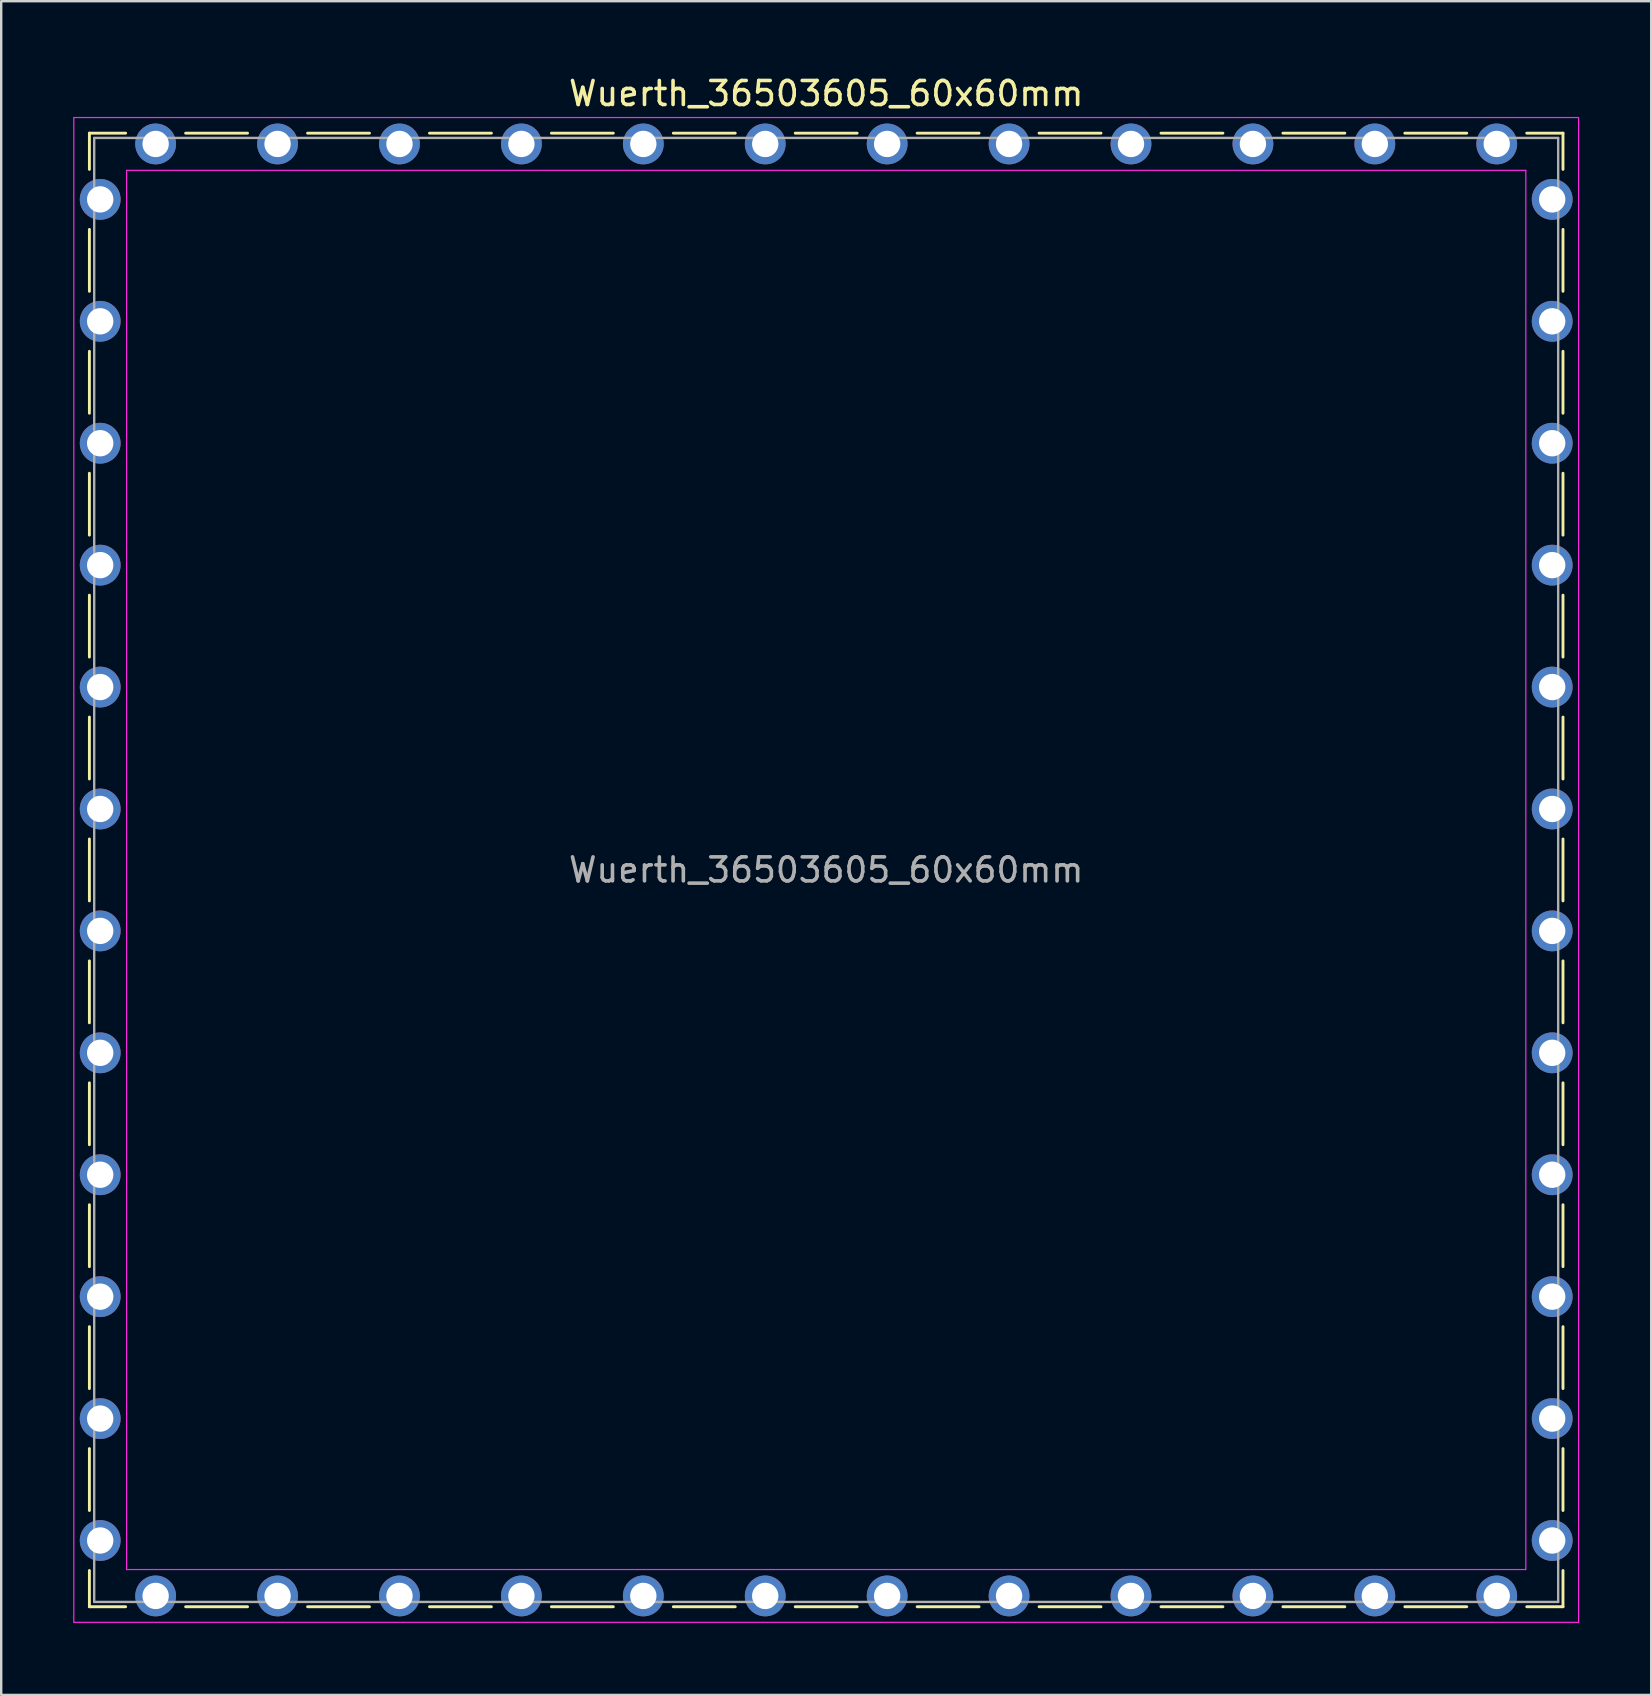
<source format=kicad_pcb>
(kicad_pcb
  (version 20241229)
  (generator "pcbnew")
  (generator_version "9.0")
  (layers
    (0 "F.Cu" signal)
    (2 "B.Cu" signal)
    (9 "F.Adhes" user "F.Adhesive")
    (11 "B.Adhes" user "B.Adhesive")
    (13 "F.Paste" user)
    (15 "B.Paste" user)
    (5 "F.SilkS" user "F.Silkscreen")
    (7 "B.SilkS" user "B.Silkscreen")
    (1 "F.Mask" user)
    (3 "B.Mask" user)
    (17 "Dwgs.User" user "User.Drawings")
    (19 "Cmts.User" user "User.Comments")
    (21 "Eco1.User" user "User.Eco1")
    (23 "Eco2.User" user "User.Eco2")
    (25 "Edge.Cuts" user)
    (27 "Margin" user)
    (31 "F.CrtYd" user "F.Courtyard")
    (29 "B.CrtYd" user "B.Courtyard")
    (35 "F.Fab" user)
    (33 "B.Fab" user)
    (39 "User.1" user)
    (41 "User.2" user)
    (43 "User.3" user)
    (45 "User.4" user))
  (footprint "Wuerth_36503605_60x60mm"
    (layer "F.Cu")
    (at 31.375 33.198)
    (property "Reference" "Wuerth_36503605_60x60mm" (at 0 -32.35 0) (layer "F.SilkS") (effects (font (size 1 1) (thickness 0.15))))
    (attr through_hole)
    (fp_line (start -30.7 -30.7) (end -29.19 -30.7) (stroke (width 0.12) (type solid)) (layer "F.SilkS"))
    (fp_line (start -30.7 -29.19) (end -30.7 -30.7) (stroke (width 0.12) (type solid)) (layer "F.SilkS"))
    (fp_line (start -30.7 -24.11) (end -30.7 -26.69) (stroke (width 0.12) (type solid)) (layer "F.SilkS"))
    (fp_line (start -30.7 -19.03) (end -30.7 -21.61) (stroke (width 0.12) (type solid)) (layer "F.SilkS"))
    (fp_line (start -30.7 -13.95) (end -30.7 -16.53) (stroke (width 0.12) (type solid)) (layer "F.SilkS"))
    (fp_line (start -30.7 -8.87) (end -30.7 -11.45) (stroke (width 0.12) (type solid)) (layer "F.SilkS"))
    (fp_line (start -30.7 -3.79) (end -30.7 -6.37) (stroke (width 0.12) (type solid)) (layer "F.SilkS"))
    (fp_line (start -30.7 -1.29) (end -30.7 1.29) (stroke (width 0.12) (type solid)) (layer "F.SilkS"))
    (fp_line (start -30.7 3.79) (end -30.7 6.37) (stroke (width 0.12) (type solid)) (layer "F.SilkS"))
    (fp_line (start -30.7 8.87) (end -30.7 11.45) (stroke (width 0.12) (type solid)) (layer "F.SilkS"))
    (fp_line (start -30.7 13.95) (end -30.7 16.53) (stroke (width 0.12) (type solid)) (layer "F.SilkS"))
    (fp_line (start -30.7 19.03) (end -30.7 21.61) (stroke (width 0.12) (type solid)) (layer "F.SilkS"))
    (fp_line (start -30.7 24.11) (end -30.7 26.69) (stroke (width 0.12) (type solid)) (layer "F.SilkS"))
    (fp_line (start -30.7 29.19) (end -30.7 30.7) (stroke (width 0.12) (type solid)) (layer "F.SilkS"))
    (fp_line (start -30.7 30.7) (end -29.19 30.7) (stroke (width 0.12) (type solid)) (layer "F.SilkS"))
    (fp_line (start -24.11 -30.7) (end -26.69 -30.7) (stroke (width 0.12) (type solid)) (layer "F.SilkS"))
    (fp_line (start -24.11 30.7) (end -26.69 30.7) (stroke (width 0.12) (type solid)) (layer "F.SilkS"))
    (fp_line (start -19.03 -30.7) (end -21.61 -30.7) (stroke (width 0.12) (type solid)) (layer "F.SilkS"))
    (fp_line (start -19.03 30.7) (end -21.61 30.7) (stroke (width 0.12) (type solid)) (layer "F.SilkS"))
    (fp_line (start -13.95 -30.7) (end -16.53 -30.7) (stroke (width 0.12) (type solid)) (layer "F.SilkS"))
    (fp_line (start -13.95 30.7) (end -16.53 30.7) (stroke (width 0.12) (type solid)) (layer "F.SilkS"))
    (fp_line (start -8.87 -30.7) (end -11.45 -30.7) (stroke (width 0.12) (type solid)) (layer "F.SilkS"))
    (fp_line (start -8.87 30.7) (end -11.45 30.7) (stroke (width 0.12) (type solid)) (layer "F.SilkS"))
    (fp_line (start -3.79 -30.7) (end -6.37 -30.7) (stroke (width 0.12) (type solid)) (layer "F.SilkS"))
    (fp_line (start -3.79 30.7) (end -6.37 30.7) (stroke (width 0.12) (type solid)) (layer "F.SilkS"))
    (fp_line (start 1.29 -30.7) (end -1.29 -30.7) (stroke (width 0.12) (type solid)) (layer "F.SilkS"))
    (fp_line (start 1.29 30.7) (end -1.29 30.7) (stroke (width 0.12) (type solid)) (layer "F.SilkS"))
    (fp_line (start 3.79 -30.7) (end 6.37 -30.7) (stroke (width 0.12) (type solid)) (layer "F.SilkS"))
    (fp_line (start 3.79 30.7) (end 6.37 30.7) (stroke (width 0.12) (type solid)) (layer "F.SilkS"))
    (fp_line (start 8.87 -30.7) (end 11.45 -30.7) (stroke (width 0.12) (type solid)) (layer "F.SilkS"))
    (fp_line (start 8.87 30.7) (end 11.45 30.7) (stroke (width 0.12) (type solid)) (layer "F.SilkS"))
    (fp_line (start 13.95 -30.7) (end 16.53 -30.7) (stroke (width 0.12) (type solid)) (layer "F.SilkS"))
    (fp_line (start 13.95 30.7) (end 16.53 30.7) (stroke (width 0.12) (type solid)) (layer "F.SilkS"))
    (fp_line (start 19.03 -30.7) (end 21.61 -30.7) (stroke (width 0.12) (type solid)) (layer "F.SilkS"))
    (fp_line (start 19.03 30.7) (end 21.61 30.7) (stroke (width 0.12) (type solid)) (layer "F.SilkS"))
    (fp_line (start 24.11 -30.7) (end 26.69 -30.7) (stroke (width 0.12) (type solid)) (layer "F.SilkS"))
    (fp_line (start 24.11 30.7) (end 26.69 30.7) (stroke (width 0.12) (type solid)) (layer "F.SilkS"))
    (fp_line (start 30.7 -30.7) (end 29.19 -30.7) (stroke (width 0.12) (type solid)) (layer "F.SilkS"))
    (fp_line (start 30.7 -29.19) (end 30.7 -30.7) (stroke (width 0.12) (type solid)) (layer "F.SilkS"))
    (fp_line (start 30.7 -24.11) (end 30.7 -26.69) (stroke (width 0.12) (type solid)) (layer "F.SilkS"))
    (fp_line (start 30.7 -19.03) (end 30.7 -21.61) (stroke (width 0.12) (type solid)) (layer "F.SilkS"))
    (fp_line (start 30.7 -13.95) (end 30.7 -16.53) (stroke (width 0.12) (type solid)) (layer "F.SilkS"))
    (fp_line (start 30.7 -8.87) (end 30.7 -11.45) (stroke (width 0.12) (type solid)) (layer "F.SilkS"))
    (fp_line (start 30.7 -3.79) (end 30.7 -6.37) (stroke (width 0.12) (type solid)) (layer "F.SilkS"))
    (fp_line (start 30.7 1.29) (end 30.7 -1.29) (stroke (width 0.12) (type solid)) (layer "F.SilkS"))
    (fp_line (start 30.7 3.79) (end 30.7 6.37) (stroke (width 0.12) (type solid)) (layer "F.SilkS"))
    (fp_line (start 30.7 8.87) (end 30.7 11.45) (stroke (width 0.12) (type solid)) (layer "F.SilkS"))
    (fp_line (start 30.7 13.95) (end 30.7 16.53) (stroke (width 0.12) (type solid)) (layer "F.SilkS"))
    (fp_line (start 30.7 19.03) (end 30.7 21.61) (stroke (width 0.12) (type solid)) (layer "F.SilkS"))
    (fp_line (start 30.7 24.11) (end 30.7 26.69) (stroke (width 0.12) (type solid)) (layer "F.SilkS"))
    (fp_line (start 30.7 29.19) (end 30.7 30.7) (stroke (width 0.12) (type solid)) (layer "F.SilkS"))
    (fp_line (start 30.7 30.7) (end 29.19 30.7) (stroke (width 0.12) (type solid)) (layer "F.SilkS"))
    (fp_line (start -31.35 -31.35) (end -31.35 31.35) (stroke (width 0.05) (type solid)) (layer "F.CrtYd"))
    (fp_line (start -31.35 31.35) (end 31.35 31.35) (stroke (width 0.05) (type solid)) (layer "F.CrtYd"))
    (fp_line (start -29.15 -29.15) (end -29.15 29.15) (stroke (width 0.05) (type solid)) (layer "F.CrtYd"))
    (fp_line (start -29.15 29.15) (end 29.15 29.15) (stroke (width 0.05) (type solid)) (layer "F.CrtYd"))
    (fp_line (start 29.15 -29.15) (end -29.15 -29.15) (stroke (width 0.05) (type solid)) (layer "F.CrtYd"))
    (fp_line (start 29.15 29.15) (end 29.15 -29.15) (stroke (width 0.05) (type solid)) (layer "F.CrtYd"))
    (fp_line (start 31.35 -31.35) (end -31.35 -31.35) (stroke (width 0.05) (type solid)) (layer "F.CrtYd"))
    (fp_line (start 31.35 31.35) (end 31.35 -31.35) (stroke (width 0.05) (type solid)) (layer "F.CrtYd"))
    (fp_line (start -30.5 -30.5) (end -30.5 30.5) (stroke (width 0.1) (type solid)) (layer "F.Fab"))
    (fp_line (start -30.5 30.5) (end 30.5 30.5) (stroke (width 0.1) (type solid)) (layer "F.Fab"))
    (fp_line (start 30.5 -30.5) (end -30.5 -30.5) (stroke (width 0.1) (type solid)) (layer "F.Fab"))
    (fp_line (start 30.5 30.5) (end 30.5 -30.5) (stroke (width 0.1) (type solid)) (layer "F.Fab"))
    (fp_text user "${REFERENCE}" (at 0 0 0) (layer "F.Fab") (effects (font (size 1 1) (thickness 0.15))))
    (pad "1" thru_hole circle (at -30.25 -27.94) (size 1.7 1.7) (drill 1.1) (layers "*.Cu" "*.Mask"))
    (pad "1" thru_hole circle (at -30.25 -22.86) (size 1.7 1.7) (drill 1.1) (layers "*.Cu" "*.Mask"))
    (pad "1" thru_hole circle (at -30.25 -17.78) (size 1.7 1.7) (drill 1.1) (layers "*.Cu" "*.Mask"))
    (pad "1" thru_hole circle (at -30.25 -12.7) (size 1.7 1.7) (drill 1.1) (layers "*.Cu" "*.Mask"))
    (pad "1" thru_hole circle (at -30.25 -7.62) (size 1.7 1.7) (drill 1.1) (layers "*.Cu" "*.Mask"))
    (pad "1" thru_hole circle (at -30.25 -2.54) (size 1.7 1.7) (drill 1.1) (layers "*.Cu" "*.Mask"))
    (pad "1" thru_hole circle (at -30.25 2.54) (size 1.7 1.7) (drill 1.1) (layers "*.Cu" "*.Mask"))
    (pad "1" thru_hole circle (at -30.25 7.62) (size 1.7 1.7) (drill 1.1) (layers "*.Cu" "*.Mask"))
    (pad "1" thru_hole circle (at -30.25 12.7) (size 1.7 1.7) (drill 1.1) (layers "*.Cu" "*.Mask"))
    (pad "1" thru_hole circle (at -30.25 17.78) (size 1.7 1.7) (drill 1.1) (layers "*.Cu" "*.Mask"))
    (pad "1" thru_hole circle (at -30.25 22.86) (size 1.7 1.7) (drill 1.1) (layers "*.Cu" "*.Mask"))
    (pad "1" thru_hole circle (at -30.25 27.94) (size 1.7 1.7) (drill 1.1) (layers "*.Cu" "*.Mask"))
    (pad "1" thru_hole circle (at -27.94 -30.25) (size 1.7 1.7) (drill 1.1) (layers "*.Cu" "*.Mask"))
    (pad "1" thru_hole circle (at -27.94 30.25) (size 1.7 1.7) (drill 1.1) (layers "*.Cu" "*.Mask"))
    (pad "1" thru_hole circle (at -22.86 -30.25) (size 1.7 1.7) (drill 1.1) (layers "*.Cu" "*.Mask"))
    (pad "1" thru_hole circle (at -22.86 30.25) (size 1.7 1.7) (drill 1.1) (layers "*.Cu" "*.Mask"))
    (pad "1" thru_hole circle (at -17.78 -30.25) (size 1.7 1.7) (drill 1.1) (layers "*.Cu" "*.Mask"))
    (pad "1" thru_hole circle (at -17.78 30.25) (size 1.7 1.7) (drill 1.1) (layers "*.Cu" "*.Mask"))
    (pad "1" thru_hole circle (at -12.7 -30.25) (size 1.7 1.7) (drill 1.1) (layers "*.Cu" "*.Mask"))
    (pad "1" thru_hole circle (at -12.7 30.25) (size 1.7 1.7) (drill 1.1) (layers "*.Cu" "*.Mask"))
    (pad "1" thru_hole circle (at -7.62 -30.25) (size 1.7 1.7) (drill 1.1) (layers "*.Cu" "*.Mask"))
    (pad "1" thru_hole circle (at -7.62 30.25) (size 1.7 1.7) (drill 1.1) (layers "*.Cu" "*.Mask"))
    (pad "1" thru_hole circle (at -2.54 -30.25) (size 1.7 1.7) (drill 1.1) (layers "*.Cu" "*.Mask"))
    (pad "1" thru_hole circle (at -2.54 30.25) (size 1.7 1.7) (drill 1.1) (layers "*.Cu" "*.Mask"))
    (pad "1" thru_hole circle (at 2.54 -30.25) (size 1.7 1.7) (drill 1.1) (layers "*.Cu" "*.Mask"))
    (pad "1" thru_hole circle (at 2.54 30.25) (size 1.7 1.7) (drill 1.1) (layers "*.Cu" "*.Mask"))
    (pad "1" thru_hole circle (at 7.62 -30.25) (size 1.7 1.7) (drill 1.1) (layers "*.Cu" "*.Mask"))
    (pad "1" thru_hole circle (at 7.62 30.25) (size 1.7 1.7) (drill 1.1) (layers "*.Cu" "*.Mask"))
    (pad "1" thru_hole circle (at 12.7 -30.25) (size 1.7 1.7) (drill 1.1) (layers "*.Cu" "*.Mask"))
    (pad "1" thru_hole circle (at 12.7 30.25) (size 1.7 1.7) (drill 1.1) (layers "*.Cu" "*.Mask"))
    (pad "1" thru_hole circle (at 17.78 -30.25) (size 1.7 1.7) (drill 1.1) (layers "*.Cu" "*.Mask"))
    (pad "1" thru_hole circle (at 17.78 30.25) (size 1.7 1.7) (drill 1.1) (layers "*.Cu" "*.Mask"))
    (pad "1" thru_hole circle (at 22.86 -30.25) (size 1.7 1.7) (drill 1.1) (layers "*.Cu" "*.Mask"))
    (pad "1" thru_hole circle (at 22.86 30.25) (size 1.7 1.7) (drill 1.1) (layers "*.Cu" "*.Mask"))
    (pad "1" thru_hole circle (at 27.94 -30.25) (size 1.7 1.7) (drill 1.1) (layers "*.Cu" "*.Mask"))
    (pad "1" thru_hole circle (at 27.94 30.25) (size 1.7 1.7) (drill 1.1) (layers "*.Cu" "*.Mask"))
    (pad "1" thru_hole circle (at 30.25 -27.94) (size 1.7 1.7) (drill 1.1) (layers "*.Cu" "*.Mask"))
    (pad "1" thru_hole circle (at 30.25 -22.86) (size 1.7 1.7) (drill 1.1) (layers "*.Cu" "*.Mask"))
    (pad "1" thru_hole circle (at 30.25 -17.78) (size 1.7 1.7) (drill 1.1) (layers "*.Cu" "*.Mask"))
    (pad "1" thru_hole circle (at 30.25 -12.7) (size 1.7 1.7) (drill 1.1) (layers "*.Cu" "*.Mask"))
    (pad "1" thru_hole circle (at 30.25 -7.62) (size 1.7 1.7) (drill 1.1) (layers "*.Cu" "*.Mask"))
    (pad "1" thru_hole circle (at 30.25 -2.54) (size 1.7 1.7) (drill 1.1) (layers "*.Cu" "*.Mask"))
    (pad "1" thru_hole circle (at 30.25 2.54) (size 1.7 1.7) (drill 1.1) (layers "*.Cu" "*.Mask"))
    (pad "1" thru_hole circle (at 30.25 7.62) (size 1.7 1.7) (drill 1.1) (layers "*.Cu" "*.Mask"))
    (pad "1" thru_hole circle (at 30.25 12.7) (size 1.7 1.7) (drill 1.1) (layers "*.Cu" "*.Mask"))
    (pad "1" thru_hole circle (at 30.25 17.78) (size 1.7 1.7) (drill 1.1) (layers "*.Cu" "*.Mask"))
    (pad "1" thru_hole circle (at 30.25 22.86) (size 1.7 1.7) (drill 1.1) (layers "*.Cu" "*.Mask"))
    (pad "1" thru_hole circle (at 30.25 27.94) (size 1.7 1.7) (drill 1.1) (layers "*.Cu" "*.Mask")))
  (gr_rect
    (start -3 -3)
    (end 65.75 67.573)
    (stroke (width 0.1) (type default))
    (fill no)
    (layer "Edge.Cuts")))
</source>
